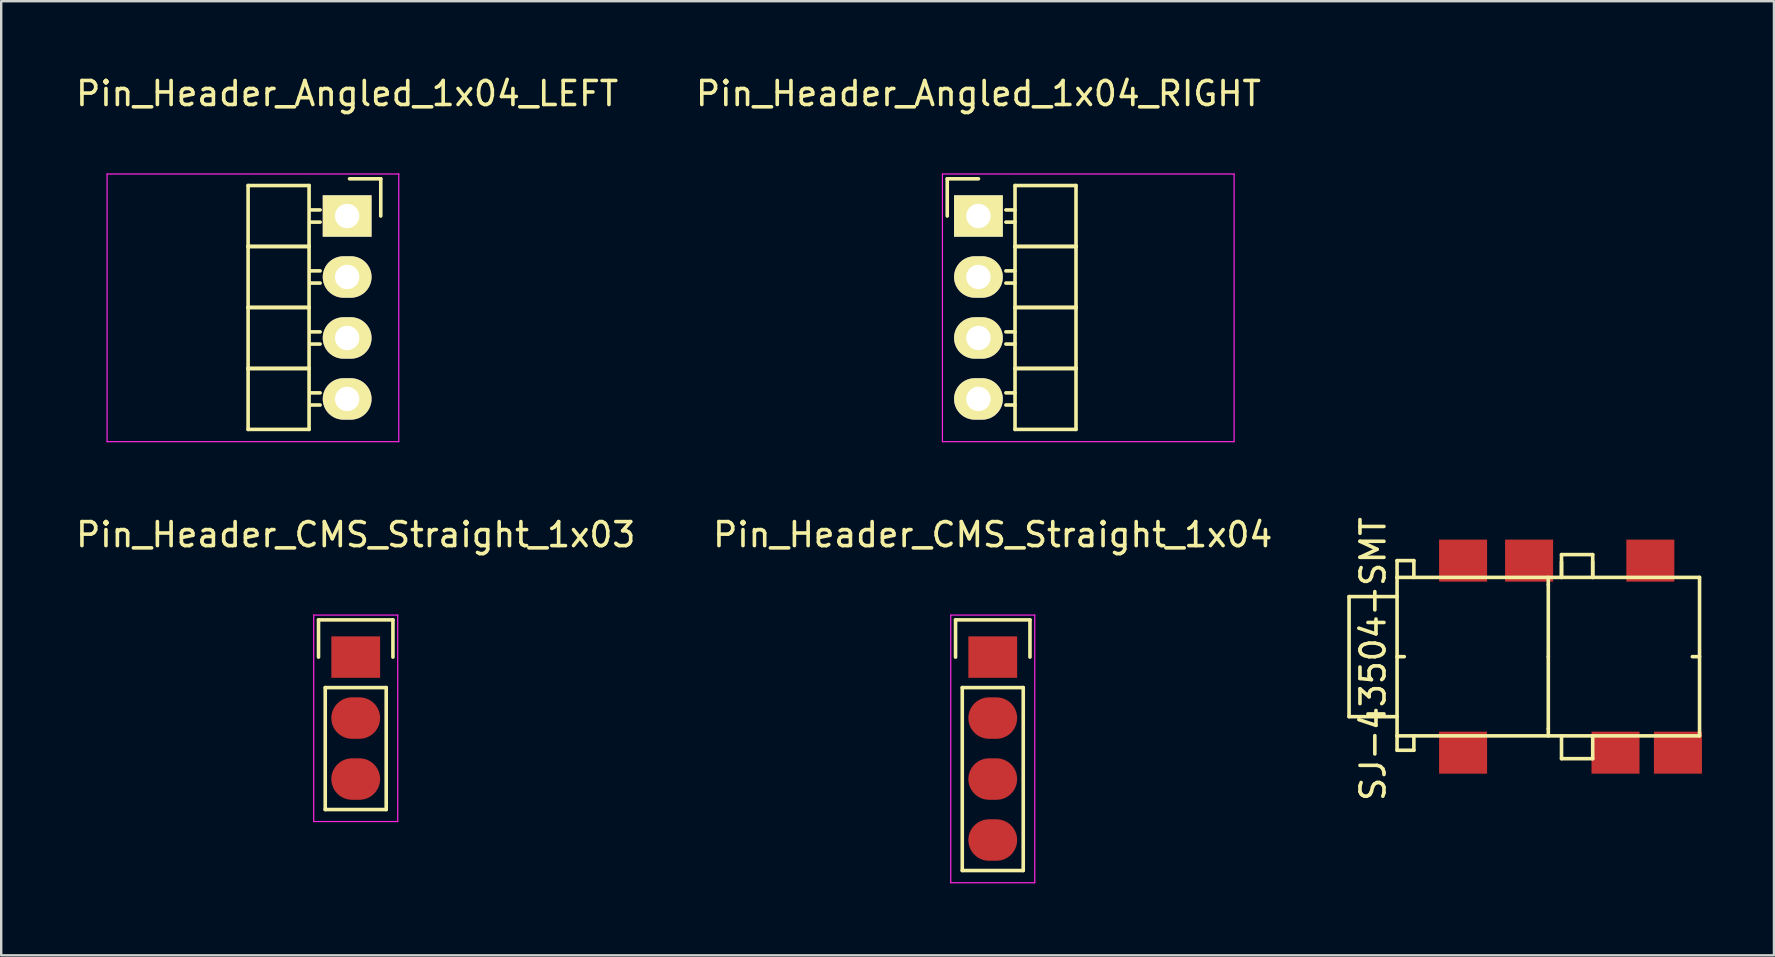
<source format=kicad_pcb>
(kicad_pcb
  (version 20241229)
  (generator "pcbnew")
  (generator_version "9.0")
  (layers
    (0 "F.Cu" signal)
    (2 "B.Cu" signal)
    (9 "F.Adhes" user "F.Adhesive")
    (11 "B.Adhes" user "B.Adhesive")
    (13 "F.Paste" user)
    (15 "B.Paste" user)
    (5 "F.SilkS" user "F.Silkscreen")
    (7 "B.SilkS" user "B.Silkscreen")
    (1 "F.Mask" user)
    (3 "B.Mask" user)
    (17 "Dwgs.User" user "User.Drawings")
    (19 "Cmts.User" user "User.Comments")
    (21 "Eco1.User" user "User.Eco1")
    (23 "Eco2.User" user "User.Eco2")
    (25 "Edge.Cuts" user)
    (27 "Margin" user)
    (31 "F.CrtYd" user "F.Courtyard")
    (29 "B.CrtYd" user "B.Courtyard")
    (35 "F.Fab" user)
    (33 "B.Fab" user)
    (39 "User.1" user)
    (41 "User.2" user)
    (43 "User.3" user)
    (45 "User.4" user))
  (footprint "SJ-43504-SMT"
    (layer "F.Cu")
    (at 55.146 24.303)
    (property "Reference" "SJ-43504-SMT" (at -1 0.1 90) (layer "F.SilkS") (effects (font (size 1 1) (thickness 0.15))))
    (attr through_hole)
    (fp_line (start -2 -2.5) (end 0 -2.5) (stroke (width 0.15) (type solid)) (layer "F.SilkS"))
    (fp_line (start -2 2.5) (end -2 -2.5) (stroke (width 0.15) (type solid)) (layer "F.SilkS"))
    (fp_line (start 0 -4) (end 0.7 -4) (stroke (width 0.15) (type solid)) (layer "F.SilkS"))
    (fp_line (start 0 -3.3) (end 0 -4) (stroke (width 0.15) (type solid)) (layer "F.SilkS"))
    (fp_line (start 0 -3.3) (end 12.6 -3.3) (stroke (width 0.15) (type solid)) (layer "F.SilkS"))
    (fp_line (start 0 2.5) (end -2 2.5) (stroke (width 0.15) (type solid)) (layer "F.SilkS"))
    (fp_line (start 0 3.3) (end 0 -3.3) (stroke (width 0.15) (type solid)) (layer "F.SilkS"))
    (fp_line (start 0 3.3) (end 0 3.9) (stroke (width 0.15) (type solid)) (layer "F.SilkS"))
    (fp_line (start 0 3.9) (end 0.7 3.9) (stroke (width 0.15) (type solid)) (layer "F.SilkS"))
    (fp_line (start 0.3 0) (end 0 0) (stroke (width 0.15) (type solid)) (layer "F.SilkS"))
    (fp_line (start 0.7 -4) (end 0.7 -3.3) (stroke (width 0.15) (type solid)) (layer "F.SilkS"))
    (fp_line (start 0.7 3.3) (end 0.7 3.9) (stroke (width 0.15) (type solid)) (layer "F.SilkS"))
    (fp_line (start 6.3 -3) (end 6.3 -3.3) (stroke (width 0.15) (type solid)) (layer "F.SilkS"))
    (fp_line (start 6.3 0) (end 6.3 -3) (stroke (width 0.15) (type solid)) (layer "F.SilkS"))
    (fp_line (start 6.3 0) (end 6.3 3) (stroke (width 0.15) (type solid)) (layer "F.SilkS"))
    (fp_line (start 6.3 3) (end 6.3 3.3) (stroke (width 0.15) (type solid)) (layer "F.SilkS"))
    (fp_line (start 6.85 -4.25) (end 6.85 -3.3) (stroke (width 0.15) (type solid)) (layer "F.SilkS"))
    (fp_line (start 6.85 -3.3) (end 6.85 -3.95) (stroke (width 0.15) (type solid)) (layer "F.SilkS"))
    (fp_line (start 6.85 4.25) (end 6.85 3.3) (stroke (width 0.15) (type solid)) (layer "F.SilkS"))
    (fp_line (start 6.85 4.25) (end 8.15 4.25) (stroke (width 0.15) (type solid)) (layer "F.SilkS"))
    (fp_line (start 8.15 -4.25) (end 6.85 -4.25) (stroke (width 0.15) (type solid)) (layer "F.SilkS"))
    (fp_line (start 8.15 -3.3) (end 8.15 -4.25) (stroke (width 0.15) (type solid)) (layer "F.SilkS"))
    (fp_line (start 8.15 -3.3) (end 8.15 -3.95) (stroke (width 0.15) (type solid)) (layer "F.SilkS"))
    (fp_line (start 8.15 4.25) (end 8.15 3.3) (stroke (width 0.15) (type solid)) (layer "F.SilkS"))
    (fp_line (start 12.3 0) (end 12.6 0) (stroke (width 0.15) (type solid)) (layer "F.SilkS"))
    (fp_line (start 12.6 -3.3) (end 12.6 3.3) (stroke (width 0.15) (type solid)) (layer "F.SilkS"))
    (fp_line (start 12.6 3.3) (end 0 3.3) (stroke (width 0.15) (type solid)) (layer "F.SilkS"))
    (pad "1" smd rect (at 2.75 -4) (size 2 1.75) (layers "F.Cu" "F.Mask" "F.Paste"))
    (pad "2" smd rect (at 9.1 4) (size 2 1.75) (layers "F.Cu" "F.Mask" "F.Paste"))
    (pad "3" smd rect (at 5.5 -4) (size 2 1.75) (layers "F.Cu" "F.Mask" "F.Paste"))
    (pad "4" smd rect (at 2.75 4) (size 2 1.75) (layers "F.Cu" "F.Mask" "F.Paste"))
    (pad "5" smd rect (at 11.7 4) (size 2 1.75) (layers "F.Cu" "F.Mask" "F.Paste"))
    (pad "6" smd rect (at 10.55 -4) (size 2 1.75) (layers "F.Cu" "F.Mask" "F.Paste")))
  (footprint "Pin_Header_Angled_1x04_LEFT"
    (layer "F.Cu")
    (at 11.411 5.948)
    (property "Reference" "Pin_Header_Angled_1x04_LEFT" (at 0 -5.1 0) (layer "F.SilkS") (effects (font (size 1 1) (thickness 0.15))))
    (attr through_hole)
    (fp_line (start -4.126 -1.27) (end -4.126 1.27) (stroke (width 0.15) (type solid)) (layer "F.SilkS"))
    (fp_line (start -4.126 -1.27) (end -1.586 -1.27) (stroke (width 0.15) (type solid)) (layer "F.SilkS"))
    (fp_line (start -4.126 1.27) (end -4.126 3.81) (stroke (width 0.15) (type solid)) (layer "F.SilkS"))
    (fp_line (start -4.126 1.27) (end -1.586 1.27) (stroke (width 0.15) (type solid)) (layer "F.SilkS"))
    (fp_line (start -4.126 1.27) (end -1.586 1.27) (stroke (width 0.15) (type solid)) (layer "F.SilkS"))
    (fp_line (start -4.126 3.81) (end -4.126 6.35) (stroke (width 0.15) (type solid)) (layer "F.SilkS"))
    (fp_line (start -4.126 3.81) (end -1.586 3.81) (stroke (width 0.15) (type solid)) (layer "F.SilkS"))
    (fp_line (start -4.126 3.81) (end -1.586 3.81) (stroke (width 0.15) (type solid)) (layer "F.SilkS"))
    (fp_line (start -4.126 6.35) (end -4.126 8.89) (stroke (width 0.15) (type solid)) (layer "F.SilkS"))
    (fp_line (start -4.126 6.35) (end -1.586 6.35) (stroke (width 0.15) (type solid)) (layer "F.SilkS"))
    (fp_line (start -4.126 6.35) (end -1.586 6.35) (stroke (width 0.15) (type solid)) (layer "F.SilkS"))
    (fp_line (start -4.126 8.89) (end -1.586 8.89) (stroke (width 0.15) (type solid)) (layer "F.SilkS"))
    (fp_line (start -1.586 1.27) (end -1.586 -1.27) (stroke (width 0.15) (type solid)) (layer "F.SilkS"))
    (fp_line (start -1.586 3.81) (end -1.586 1.27) (stroke (width 0.15) (type solid)) (layer "F.SilkS"))
    (fp_line (start -1.586 6.35) (end -1.586 3.81) (stroke (width 0.15) (type solid)) (layer "F.SilkS"))
    (fp_line (start -1.586 8.89) (end -1.586 6.35) (stroke (width 0.15) (type solid)) (layer "F.SilkS"))
    (fp_line (start -1.126 -0.254) (end -1.507 -0.254) (stroke (width 0.15) (type solid)) (layer "F.SilkS"))
    (fp_line (start -1.126 0.254) (end -1.507 0.254) (stroke (width 0.15) (type solid)) (layer "F.SilkS"))
    (fp_line (start -1.126 2.286) (end -1.507 2.286) (stroke (width 0.15) (type solid)) (layer "F.SilkS"))
    (fp_line (start -1.126 2.794) (end -1.507 2.794) (stroke (width 0.15) (type solid)) (layer "F.SilkS"))
    (fp_line (start -1.126 4.826) (end -1.507 4.826) (stroke (width 0.15) (type solid)) (layer "F.SilkS"))
    (fp_line (start -1.126 5.334) (end -1.507 5.334) (stroke (width 0.15) (type solid)) (layer "F.SilkS"))
    (fp_line (start -1.126 7.366) (end -1.507 7.366) (stroke (width 0.15) (type solid)) (layer "F.SilkS"))
    (fp_line (start -1.126 7.874) (end -1.507 7.874) (stroke (width 0.15) (type solid)) (layer "F.SilkS"))
    (fp_line (start 1.4 -1.55) (end 0.1 -1.55) (stroke (width 0.15) (type solid)) (layer "F.SilkS"))
    (fp_line (start 1.4 -1.55) (end 1.4 0) (stroke (width 0.15) (type solid)) (layer "F.SilkS"))
    (fp_line (start -10 -1.75) (end -10 9.4) (stroke (width 0.05) (type solid)) (layer "F.CrtYd"))
    (fp_line (start -10 -1.75) (end 2.15 -1.75) (stroke (width 0.05) (type solid)) (layer "F.CrtYd"))
    (fp_line (start -10 9.4) (end 2.15 9.4) (stroke (width 0.05) (type solid)) (layer "F.CrtYd"))
    (fp_line (start 2.15 -1.75) (end 2.15 9.4) (stroke (width 0.05) (type solid)) (layer "F.CrtYd"))
    (pad "1" thru_hole rect (at 0 0) (size 2.032 1.727) (drill 1.016) (layers "*.Cu" "*.Mask" "F.SilkS"))
    (pad "2" thru_hole oval (at 0 2.54) (size 2.032 1.727) (drill 1.016) (layers "*.Cu" "*.Mask" "F.SilkS"))
    (pad "3" thru_hole oval (at 0 5.08) (size 2.032 1.727) (drill 1.016) (layers "*.Cu" "*.Mask" "F.SilkS"))
    (pad "4" thru_hole oval (at 0 7.62) (size 2.032 1.727) (drill 1.016) (layers "*.Cu" "*.Mask" "F.SilkS")))
  (footprint "Pin_Header_CMS_Straight_1x04"
    (layer "F.Cu")
    (at 38.304 28.172)
    (property "Reference" "Pin_Header_CMS_Straight_1x04" (at 0 -8.95 0) (layer "F.SilkS") (effects (font (size 1 1) (thickness 0.15))))
    (attr through_hole)
    (fp_line (start -1.55 -5.4) (end 1.55 -5.4) (stroke (width 0.15) (type solid)) (layer "F.SilkS"))
    (fp_line (start -1.55 -3.85) (end -1.55 -5.4) (stroke (width 0.15) (type solid)) (layer "F.SilkS"))
    (fp_line (start -1.27 -2.58) (end -1.27 5.04) (stroke (width 0.15) (type solid)) (layer "F.SilkS"))
    (fp_line (start -1.27 5.04) (end 1.27 5.04) (stroke (width 0.15) (type solid)) (layer "F.SilkS"))
    (fp_line (start 1.27 -2.58) (end -1.27 -2.58) (stroke (width 0.15) (type solid)) (layer "F.SilkS"))
    (fp_line (start 1.27 -2.58) (end 1.27 5.04) (stroke (width 0.15) (type solid)) (layer "F.SilkS"))
    (fp_line (start 1.55 -5.4) (end 1.55 -3.85) (stroke (width 0.15) (type solid)) (layer "F.SilkS"))
    (fp_line (start -1.75 -5.6) (end -1.75 5.55) (stroke (width 0.05) (type solid)) (layer "F.CrtYd"))
    (fp_line (start -1.75 -5.6) (end 1.75 -5.6) (stroke (width 0.05) (type solid)) (layer "F.CrtYd"))
    (fp_line (start -1.75 5.55) (end 1.75 5.55) (stroke (width 0.05) (type solid)) (layer "F.CrtYd"))
    (fp_line (start 1.75 -5.6) (end 1.75 5.55) (stroke (width 0.05) (type solid)) (layer "F.CrtYd"))
    (pad "1" smd rect (at 0 -3.85) (size 2.032 1.727) (layers "F.Cu" "F.Mask" "F.Paste"))
    (pad "2" smd oval (at 0 -1.31) (size 2.032 1.727) (layers "F.Cu" "F.Mask" "F.Paste"))
    (pad "3" smd oval (at 0 1.23) (size 2.032 1.727) (layers "F.Cu" "F.Mask" "F.Paste"))
    (pad "4" smd oval (at 0 3.77) (size 2.032 1.727) (layers "F.Cu" "F.Mask" "F.Paste")))
  (footprint "Pin_Header_CMS_Straight_1x03"
    (layer "F.Cu")
    (at 11.768 26.922)
    (property "Reference" "Pin_Header_CMS_Straight_1x03" (at 0 -7.7 0) (layer "F.SilkS") (effects (font (size 1 1) (thickness 0.15))))
    (attr through_hole)
    (fp_line (start -1.55 -4.15) (end 1.55 -4.15) (stroke (width 0.15) (type solid)) (layer "F.SilkS"))
    (fp_line (start -1.55 -2.6) (end -1.55 -4.15) (stroke (width 0.15) (type solid)) (layer "F.SilkS"))
    (fp_line (start -1.27 -1.33) (end -1.27 3.75) (stroke (width 0.15) (type solid)) (layer "F.SilkS"))
    (fp_line (start -1.27 3.75) (end 1.27 3.75) (stroke (width 0.15) (type solid)) (layer "F.SilkS"))
    (fp_line (start 1.27 -1.33) (end -1.27 -1.33) (stroke (width 0.15) (type solid)) (layer "F.SilkS"))
    (fp_line (start 1.27 3.75) (end 1.27 -1.33) (stroke (width 0.15) (type solid)) (layer "F.SilkS"))
    (fp_line (start 1.55 -4.15) (end 1.55 -2.6) (stroke (width 0.15) (type solid)) (layer "F.SilkS"))
    (fp_line (start -1.75 -4.35) (end -1.75 4.25) (stroke (width 0.05) (type solid)) (layer "F.CrtYd"))
    (fp_line (start -1.75 -4.35) (end 1.75 -4.35) (stroke (width 0.05) (type solid)) (layer "F.CrtYd"))
    (fp_line (start -1.75 4.25) (end 1.75 4.25) (stroke (width 0.05) (type solid)) (layer "F.CrtYd"))
    (fp_line (start 1.75 -4.35) (end 1.75 4.25) (stroke (width 0.05) (type solid)) (layer "F.CrtYd"))
    (pad "1" smd rect (at 0 -2.6) (size 2.032 1.727) (layers "F.Cu" "F.Mask" "F.Paste"))
    (pad "2" smd oval (at 0 -0.06) (size 2.032 1.727) (layers "F.Cu" "F.Mask" "F.Paste"))
    (pad "3" smd oval (at 0 2.48) (size 2.032 1.727) (layers "F.Cu" "F.Mask" "F.Paste")))
  (footprint "Pin_Header_Angled_1x04_RIGHT"
    (layer "F.Cu")
    (at 37.708 5.948)
    (property "Reference" "Pin_Header_Angled_1x04_RIGHT" (at 0 -5.1 0) (layer "F.SilkS") (effects (font (size 1 1) (thickness 0.15))))
    (attr through_hole)
    (fp_line (start -1.3 -1.55) (end -1.3 0) (stroke (width 0.15) (type solid)) (layer "F.SilkS"))
    (fp_line (start 0 -1.55) (end -1.3 -1.55) (stroke (width 0.15) (type solid)) (layer "F.SilkS"))
    (fp_line (start 1.524 -1.27) (end 1.524 1.27) (stroke (width 0.15) (type solid)) (layer "F.SilkS"))
    (fp_line (start 1.524 -1.27) (end 4.064 -1.27) (stroke (width 0.15) (type solid)) (layer "F.SilkS"))
    (fp_line (start 1.524 -0.254) (end 1.143 -0.254) (stroke (width 0.15) (type solid)) (layer "F.SilkS"))
    (fp_line (start 1.524 0.254) (end 1.143 0.254) (stroke (width 0.15) (type solid)) (layer "F.SilkS"))
    (fp_line (start 1.524 1.27) (end 1.524 3.81) (stroke (width 0.15) (type solid)) (layer "F.SilkS"))
    (fp_line (start 1.524 1.27) (end 4.064 1.27) (stroke (width 0.15) (type solid)) (layer "F.SilkS"))
    (fp_line (start 1.524 1.27) (end 4.064 1.27) (stroke (width 0.15) (type solid)) (layer "F.SilkS"))
    (fp_line (start 1.524 2.286) (end 1.143 2.286) (stroke (width 0.15) (type solid)) (layer "F.SilkS"))
    (fp_line (start 1.524 2.794) (end 1.143 2.794) (stroke (width 0.15) (type solid)) (layer "F.SilkS"))
    (fp_line (start 1.524 3.81) (end 1.524 6.35) (stroke (width 0.15) (type solid)) (layer "F.SilkS"))
    (fp_line (start 1.524 3.81) (end 4.064 3.81) (stroke (width 0.15) (type solid)) (layer "F.SilkS"))
    (fp_line (start 1.524 3.81) (end 4.064 3.81) (stroke (width 0.15) (type solid)) (layer "F.SilkS"))
    (fp_line (start 1.524 4.826) (end 1.143 4.826) (stroke (width 0.15) (type solid)) (layer "F.SilkS"))
    (fp_line (start 1.524 5.334) (end 1.143 5.334) (stroke (width 0.15) (type solid)) (layer "F.SilkS"))
    (fp_line (start 1.524 6.35) (end 1.524 8.89) (stroke (width 0.15) (type solid)) (layer "F.SilkS"))
    (fp_line (start 1.524 6.35) (end 4.064 6.35) (stroke (width 0.15) (type solid)) (layer "F.SilkS"))
    (fp_line (start 1.524 6.35) (end 4.064 6.35) (stroke (width 0.15) (type solid)) (layer "F.SilkS"))
    (fp_line (start 1.524 7.366) (end 1.143 7.366) (stroke (width 0.15) (type solid)) (layer "F.SilkS"))
    (fp_line (start 1.524 7.874) (end 1.143 7.874) (stroke (width 0.15) (type solid)) (layer "F.SilkS"))
    (fp_line (start 1.524 8.89) (end 4.064 8.89) (stroke (width 0.15) (type solid)) (layer "F.SilkS"))
    (fp_line (start 4.064 1.27) (end 4.064 -1.27) (stroke (width 0.15) (type solid)) (layer "F.SilkS"))
    (fp_line (start 4.064 3.81) (end 4.064 1.27) (stroke (width 0.15) (type solid)) (layer "F.SilkS"))
    (fp_line (start 4.064 6.35) (end 4.064 3.81) (stroke (width 0.15) (type solid)) (layer "F.SilkS"))
    (fp_line (start 4.064 8.89) (end 4.064 6.35) (stroke (width 0.15) (type solid)) (layer "F.SilkS"))
    (fp_line (start -1.5 -1.75) (end -1.5 9.4) (stroke (width 0.05) (type solid)) (layer "F.CrtYd"))
    (fp_line (start -1.5 -1.75) (end 10.65 -1.75) (stroke (width 0.05) (type solid)) (layer "F.CrtYd"))
    (fp_line (start -1.5 9.4) (end 10.65 9.4) (stroke (width 0.05) (type solid)) (layer "F.CrtYd"))
    (fp_line (start 10.65 -1.75) (end 10.65 9.4) (stroke (width 0.05) (type solid)) (layer "F.CrtYd"))
    (pad "1" thru_hole rect (at 0 0) (size 2.032 1.727) (drill 1.016) (layers "*.Cu" "*.Mask" "F.SilkS"))
    (pad "2" thru_hole oval (at 0 2.54) (size 2.032 1.727) (drill 1.016) (layers "*.Cu" "*.Mask" "F.SilkS"))
    (pad "3" thru_hole oval (at 0 5.08) (size 2.032 1.727) (drill 1.016) (layers "*.Cu" "*.Mask" "F.SilkS"))
    (pad "4" thru_hole oval (at 0 7.62) (size 2.032 1.727) (drill 1.016) (layers "*.Cu" "*.Mask" "F.SilkS")))
  (gr_rect
    (start -3 -3)
    (end 70.846 36.746)
    (stroke (width 0.1) (type default))
    (fill no)
    (layer "Edge.Cuts")))
</source>
